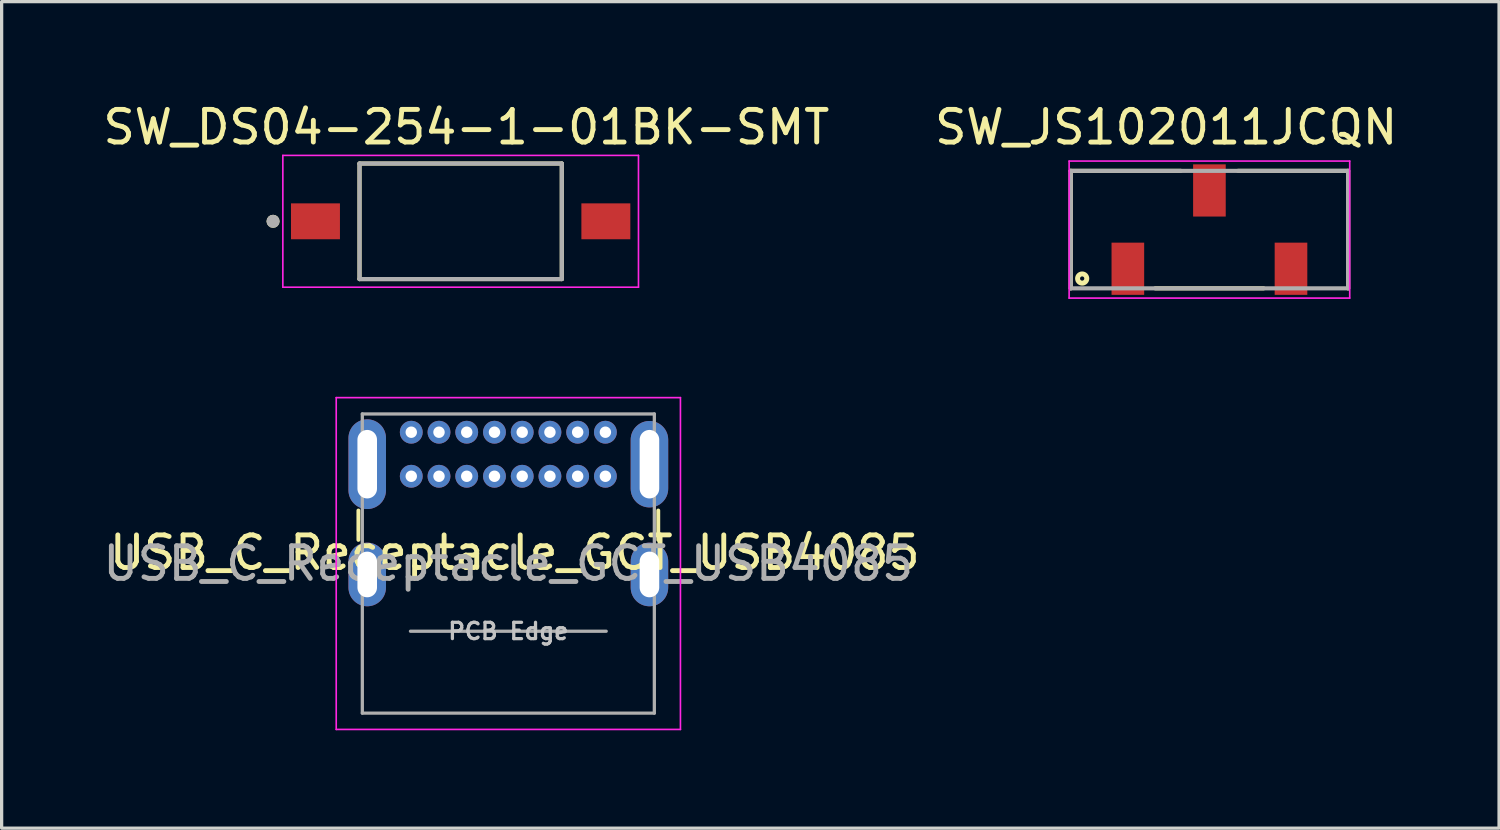
<source format=kicad_pcb>
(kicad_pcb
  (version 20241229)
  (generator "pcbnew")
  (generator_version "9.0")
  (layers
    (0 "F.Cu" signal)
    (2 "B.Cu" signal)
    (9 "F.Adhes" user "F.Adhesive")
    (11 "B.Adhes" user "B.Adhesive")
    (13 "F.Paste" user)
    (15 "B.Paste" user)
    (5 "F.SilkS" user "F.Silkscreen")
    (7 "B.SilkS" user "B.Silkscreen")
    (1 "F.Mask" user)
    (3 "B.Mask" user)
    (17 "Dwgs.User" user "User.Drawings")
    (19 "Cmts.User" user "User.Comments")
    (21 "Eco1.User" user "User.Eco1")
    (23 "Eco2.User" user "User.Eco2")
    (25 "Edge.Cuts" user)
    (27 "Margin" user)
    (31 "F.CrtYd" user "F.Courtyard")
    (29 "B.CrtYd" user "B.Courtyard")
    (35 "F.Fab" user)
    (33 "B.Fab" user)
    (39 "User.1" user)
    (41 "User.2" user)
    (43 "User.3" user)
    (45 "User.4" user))
  (footprint "USB_C_Receptacle_GCT_USB4085"
    (layer "F.Cu")
    (at 9.555 10.197)
    (property "Reference" "USB_C_Receptacle_GCT_USB4085" (at 3.173 3.692 180) (layer "F.SilkS") (effects (font (size 1 1) (thickness 0.15))))
    (attr through_hole)
    (fp_line (start -1.62 2.4) (end -1.62 3.3) (stroke (width 0.12) (type solid)) (layer "F.SilkS"))
    (fp_line (start 7.57 2.4) (end 7.57 3.3) (stroke (width 0.12) (type solid)) (layer "F.SilkS"))
    (fp_line (start -2.3 -1.06) (end -2.3 9.11) (stroke (width 0.05) (type solid)) (layer "F.CrtYd"))
    (fp_line (start -2.3 -1.06) (end 8.25 -1.06) (stroke (width 0.05) (type solid)) (layer "F.CrtYd"))
    (fp_line (start -2.3 9.11) (end 8.25 9.11) (stroke (width 0.05) (type solid)) (layer "F.CrtYd"))
    (fp_line (start 8.25 -1.06) (end 8.25 9.11) (stroke (width 0.05) (type solid)) (layer "F.CrtYd"))
    (fp_line (start -1.5 -0.56) (end -1.5 8.61) (stroke (width 0.1) (type solid)) (layer "F.Fab"))
    (fp_line (start -1.5 -0.56) (end 7.45 -0.56) (stroke (width 0.1) (type solid)) (layer "F.Fab"))
    (fp_line (start -1.5 8.61) (end 7.45 8.61) (stroke (width 0.1) (type solid)) (layer "F.Fab"))
    (fp_line (start -0.025 6.1) (end 5.975 6.1) (stroke (width 0.1) (type solid)) (layer "F.Fab"))
    (fp_line (start 7.45 -0.56) (end 7.45 8.61) (stroke (width 0.1) (type solid)) (layer "F.Fab"))
    (fp_text user "PCB Edge" (at 2.975 6.1 180) (layer "Dwgs.User") (effects (font (size 0.5 0.5) (thickness 0.1))))
    (fp_text user "${REFERENCE}" (at 2.975 4.025 180) (layer "F.Fab") (effects (font (size 1 1) (thickness 0.15))))
    (pad "A1" thru_hole circle (at 0 0) (size 0.7 0.7) (drill 0.35) (layers "*.Cu" "*.Mask"))
    (pad "A4" thru_hole circle (at 0.85 0) (size 0.7 0.7) (drill 0.35) (layers "*.Cu" "*.Mask"))
    (pad "A5" thru_hole circle (at 1.7 0) (size 0.7 0.7) (drill 0.35) (layers "*.Cu" "*.Mask"))
    (pad "A6" thru_hole circle (at 2.55 0) (size 0.7 0.7) (drill 0.35) (layers "*.Cu" "*.Mask"))
    (pad "A7" thru_hole circle (at 3.4 0) (size 0.7 0.7) (drill 0.35) (layers "*.Cu" "*.Mask"))
    (pad "A8" thru_hole circle (at 4.25 0) (size 0.7 0.7) (drill 0.35) (layers "*.Cu" "*.Mask"))
    (pad "A9" thru_hole circle (at 5.1 0) (size 0.7 0.7) (drill 0.35) (layers "*.Cu" "*.Mask"))
    (pad "A12" thru_hole circle (at 5.95 0) (size 0.7 0.7) (drill 0.35) (layers "*.Cu" "*.Mask"))
    (pad "B1" thru_hole circle (at 5.95 1.35) (size 0.7 0.7) (drill 0.35) (layers "*.Cu" "*.Mask"))
    (pad "B4" thru_hole circle (at 5.1 1.35) (size 0.7 0.7) (drill 0.35) (layers "*.Cu" "*.Mask"))
    (pad "B5" thru_hole circle (at 4.25 1.35) (size 0.7 0.7) (drill 0.35) (layers "*.Cu" "*.Mask"))
    (pad "B6" thru_hole circle (at 3.4 1.35) (size 0.7 0.7) (drill 0.35) (layers "*.Cu" "*.Mask"))
    (pad "B7" thru_hole circle (at 2.55 1.35) (size 0.7 0.7) (drill 0.35) (layers "*.Cu" "*.Mask"))
    (pad "B8" thru_hole circle (at 1.7 1.35) (size 0.7 0.7) (drill 0.35) (layers "*.Cu" "*.Mask"))
    (pad "B9" thru_hole circle (at 0.85 1.35) (size 0.7 0.7) (drill 0.35) (layers "*.Cu" "*.Mask"))
    (pad "B12" thru_hole circle (at 0 1.35) (size 0.7 0.7) (drill 0.35) (layers "*.Cu" "*.Mask"))
    (pad "S1" thru_hole oval (at -1.35 0.98) (size 1.15 2.75) (drill oval 0.6 2.1) (layers "*.Cu" "*.Mask"))
    (pad "S2" thru_hole oval (at 7.3 0.98) (size 1.15 2.65) (drill oval 0.6 2.1) (layers "*.Cu" "*.Mask"))
    (pad "S3" thru_hole oval (at -1.35 4.36) (size 1.15 1.95) (drill oval 0.6 1.4) (layers "*.Cu" "*.Mask"))
    (pad "S4" thru_hole oval (at 7.3 4.36) (size 1.15 1.95) (drill oval 0.6 1.4) (layers "*.Cu" "*.Mask")))
  (footprint "SW_JS102011JCQN"
    (layer "F.Cu")
    (at 34.018 3.987)
    (property "Reference" "SW_JS102011JCQN" (at -1.326 -3.138 0) (layer "F.SilkS") (effects (font (size 1.001 1.001) (thickness 0.15))))
    (attr smd)
    (fp_line (start -4.25 -1.8) (end -0.88 -1.8) (stroke (width 0.127) (type solid)) (layer "F.SilkS"))
    (fp_line (start -4.25 1.8) (end -4.25 -1.8) (stroke (width 0.127) (type solid)) (layer "F.SilkS"))
    (fp_line (start 0.88 -1.8) (end 4.25 -1.8) (stroke (width 0.127) (type solid)) (layer "F.SilkS"))
    (fp_line (start 1.66 1.8) (end -1.66 1.8) (stroke (width 0.127) (type solid)) (layer "F.SilkS"))
    (fp_line (start 4.25 -1.8) (end 4.25 1.8) (stroke (width 0.127) (type solid)) (layer "F.SilkS"))
    (fp_circle (center -3.9 1.5) (end -3.759 1.5) (stroke (width 0.152) (type solid)) (fill no) (layer "F.SilkS"))
    (fp_line (start -4.3 -2.1) (end 4.3 -2.1) (stroke (width 0.05) (type solid)) (layer "F.CrtYd"))
    (fp_line (start -4.3 2.1) (end -4.3 -2.1) (stroke (width 0.05) (type solid)) (layer "F.CrtYd"))
    (fp_line (start 4.3 -2.1) (end 4.3 2.1) (stroke (width 0.05) (type solid)) (layer "F.CrtYd"))
    (fp_line (start 4.3 2.1) (end -4.3 2.1) (stroke (width 0.05) (type solid)) (layer "F.CrtYd"))
    (fp_line (start -4.25 -1.8) (end 4.25 -1.8) (stroke (width 0.127) (type solid)) (layer "F.Fab"))
    (fp_line (start -4.25 1.8) (end -4.25 -1.8) (stroke (width 0.127) (type solid)) (layer "F.Fab"))
    (fp_line (start 4.25 -1.8) (end 4.25 1.8) (stroke (width 0.127) (type solid)) (layer "F.Fab"))
    (fp_line (start 4.25 1.8) (end -4.25 1.8) (stroke (width 0.127) (type solid)) (layer "F.Fab"))
    (pad "1" smd rect (at -2.5 1.2 90) (size 1.6 1) (layers "F.Cu" "F.Mask" "F.Paste"))
    (pad "2" smd rect (at 0 -1.2 90) (size 1.6 1) (layers "F.Cu" "F.Mask" "F.Paste"))
    (pad "3" smd rect (at 2.5 1.2 90) (size 1.6 1) (layers "F.Cu" "F.Mask" "F.Paste")))
  (footprint "SW_DS04-254-1-01BK-SMT"
    (layer "F.Cu")
    (at 11.069 3.733)
    (property "Reference" "SW_DS04-254-1-01BK-SMT" (at 0.175 -2.885 0) (layer "F.SilkS") (effects (font (size 1 1) (thickness 0.15))))
    (attr smd)
    (fp_line (start -3.1 -1.77) (end 3.1 -1.77) (stroke (width 0.127) (type solid)) (layer "F.SilkS"))
    (fp_line (start -3.1 1.77) (end -3.1 -1.77) (stroke (width 0.127) (type solid)) (layer "F.SilkS"))
    (fp_line (start 3.1 -1.77) (end 3.1 1.77) (stroke (width 0.127) (type solid)) (layer "F.SilkS"))
    (fp_line (start 3.1 1.77) (end -3.1 1.77) (stroke (width 0.127) (type solid)) (layer "F.SilkS"))
    (fp_circle (center -5.75 0) (end -5.65 0) (stroke (width 0.2) (type solid)) (fill no) (layer "F.SilkS"))
    (fp_line (start -5.45 -2.02) (end -5.45 2.02) (stroke (width 0.05) (type solid)) (layer "F.CrtYd"))
    (fp_line (start -5.45 2.02) (end 5.45 2.02) (stroke (width 0.05) (type solid)) (layer "F.CrtYd"))
    (fp_line (start 5.45 -2.02) (end -5.45 -2.02) (stroke (width 0.05) (type solid)) (layer "F.CrtYd"))
    (fp_line (start 5.45 2.02) (end 5.45 -2.02) (stroke (width 0.05) (type solid)) (layer "F.CrtYd"))
    (fp_line (start -3.1 -1.77) (end 3.1 -1.77) (stroke (width 0.127) (type solid)) (layer "F.Fab"))
    (fp_line (start -3.1 1.77) (end -3.1 -1.77) (stroke (width 0.127) (type solid)) (layer "F.Fab"))
    (fp_line (start 3.1 -1.77) (end 3.1 1.77) (stroke (width 0.127) (type solid)) (layer "F.Fab"))
    (fp_line (start 3.1 1.77) (end -3.1 1.77) (stroke (width 0.127) (type solid)) (layer "F.Fab"))
    (fp_circle (center -5.75 0) (end -5.65 0) (stroke (width 0.2) (type solid)) (fill no) (layer "F.Fab"))
    (pad "1" smd rect (at -4.45 0) (size 1.5 1.1) (layers "F.Cu" "F.Mask" "F.Paste"))
    (pad "2" smd rect (at 4.45 0 180) (size 1.5 1.1) (layers "F.Cu" "F.Mask" "F.Paste")))
  (gr_rect
    (start -3 -3)
    (end 42.895 22.332)
    (stroke (width 0.1) (type default))
    (fill no)
    (layer "Edge.Cuts")))
</source>
